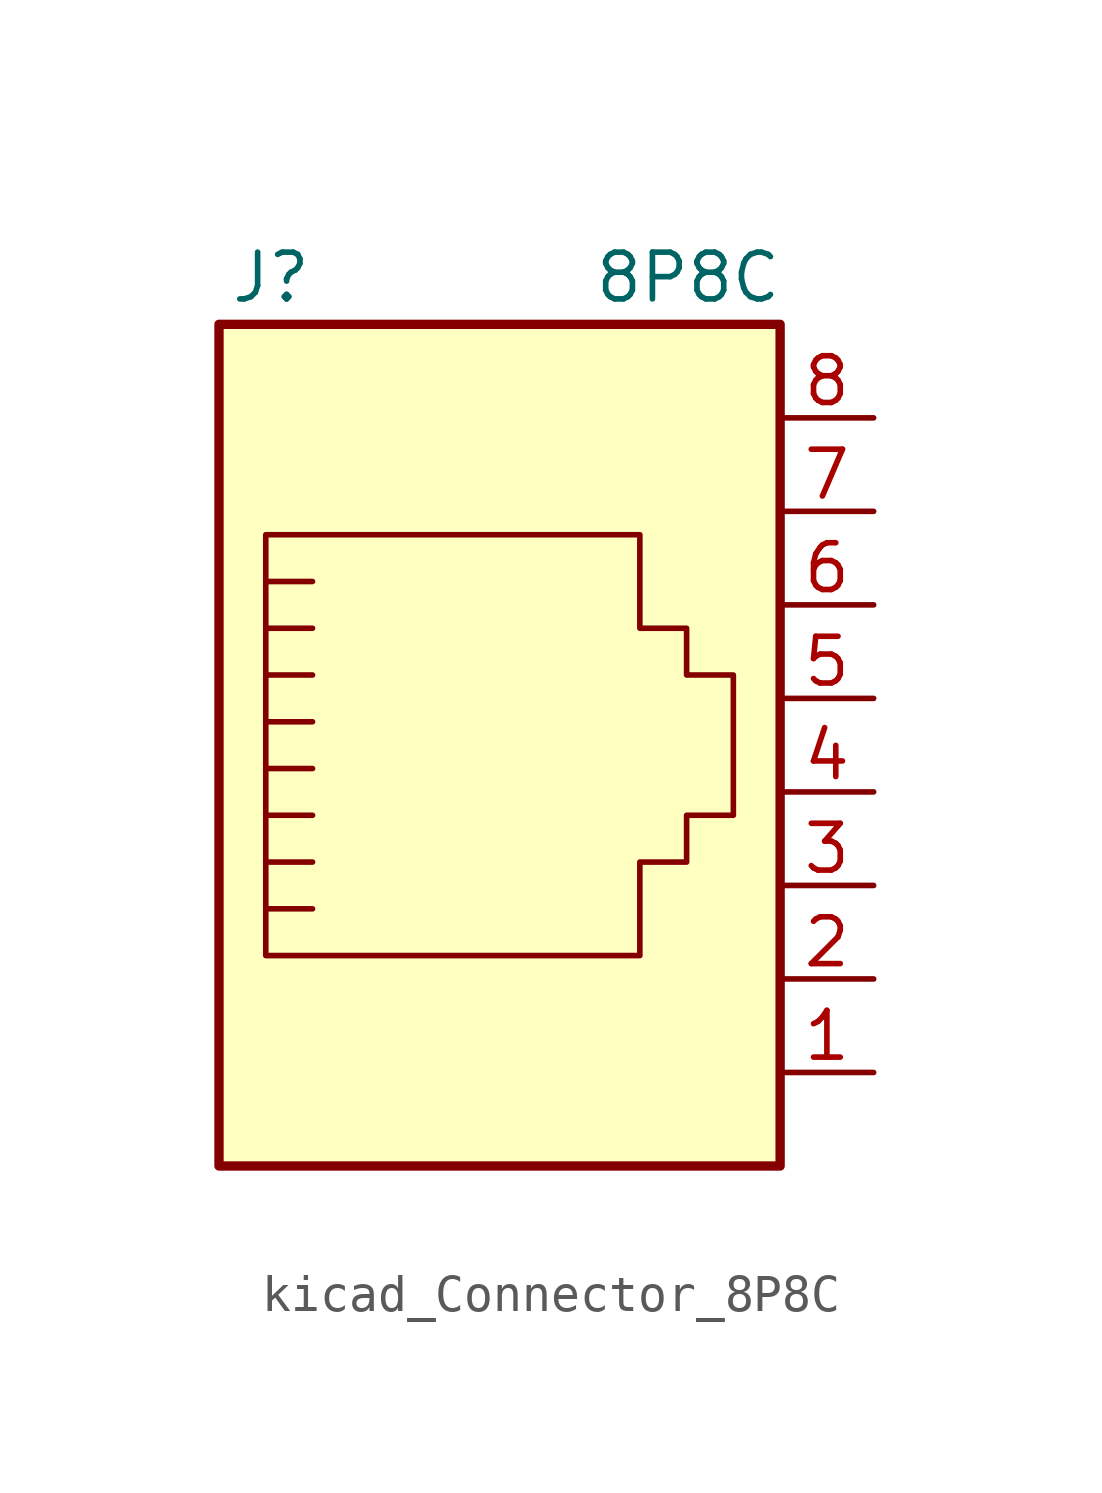
<source format=kicad_sym>
(kicad_symbol_lib
  (version 20220914)
  (generator kicad_symbol_editor)
  (symbol "kicad_Connector_8P8C"
    (pin_names
      (offset 1.016))
    (property "Reference" "J"
      (at -5.08 13.97 0)
      (effects (font (size 1.27 1.27)) (justify right)))
    (property "Value" "8P8C"
      (at 2.54 13.97 0)
      (effects (font (size 1.27 1.27)) (justify left)))
    (symbol "kicad_Connector_8P8C_0_1"
      (polyline (pts (xy -5.08 4.445) (xy -6.35 4.445)) (stroke (width 0) (type default)) (fill (type none)))
      (polyline (pts (xy -5.08 5.715) (xy -6.35 5.715)) (stroke (width 0) (type default)) (fill (type none)))
      (polyline (pts (xy -6.35 -3.175) (xy -5.08 -3.175) (xy -5.08 -3.175)) (stroke (width 0) (type default)) (fill (type none)))
      (polyline (pts (xy -6.35 -1.905) (xy -5.08 -1.905) (xy -5.08 -1.905)) (stroke (width 0) (type default)) (fill (type none)))
      (polyline (pts (xy -6.35 -0.635) (xy -5.08 -0.635) (xy -5.08 -0.635)) (stroke (width 0) (type default)) (fill (type none)))
      (polyline (pts (xy -6.35 0.635) (xy -5.08 0.635) (xy -5.08 0.635)) (stroke (width 0) (type default)) (fill (type none)))
      (polyline (pts (xy -6.35 1.905) (xy -5.08 1.905) (xy -5.08 1.905)) (stroke (width 0) (type default)) (fill (type none)))
      (polyline (pts (xy -5.08 3.175) (xy -6.35 3.175) (xy -6.35 3.175)) (stroke (width 0) (type default)) (fill (type none)))
      (polyline (pts (xy -6.35 -4.445) (xy -6.35 6.985) (xy 3.81 6.985) (xy 3.81 4.445) (xy 5.08 4.445) (xy 5.08 3.175) (xy 6.35 3.175) (xy 6.35 -0.635) (xy 5.08 -0.635) (xy 5.08 -1.905) (xy 3.81 -1.905) (xy 3.81 -4.445) (xy -6.35 -4.445) (xy -6.35 -4.445)) (stroke (width 0) (type default)) (fill (type none)))
      (rectangle (start 7.62 12.7) (end -7.62 -10.16) (stroke (width 0.254) (type default)) (fill (type background))))
    (symbol "kicad_Connector_8P8C_1_1"
      (pin passive line (at 10.16 -7.62 180) (length 2.54) (name "~" (effects (font (size 1.27 1.27)))) (number "1" (effects (font (size 1.27 1.27)))))
      (pin passive line (at 10.16 -5.08 180) (length 2.54) (name "~" (effects (font (size 1.27 1.27)))) (number "2" (effects (font (size 1.27 1.27)))))
      (pin passive line (at 10.16 -2.54 180) (length 2.54) (name "~" (effects (font (size 1.27 1.27)))) (number "3" (effects (font (size 1.27 1.27)))))
      (pin passive line (at 10.16 0 180) (length 2.54) (name "~" (effects (font (size 1.27 1.27)))) (number "4" (effects (font (size 1.27 1.27)))))
      (pin passive line (at 10.16 2.54 180) (length 2.54) (name "~" (effects (font (size 1.27 1.27)))) (number "5" (effects (font (size 1.27 1.27)))))
      (pin passive line (at 10.16 5.08 180) (length 2.54) (name "~" (effects (font (size 1.27 1.27)))) (number "6" (effects (font (size 1.27 1.27)))))
      (pin passive line (at 10.16 7.62 180) (length 2.54) (name "~" (effects (font (size 1.27 1.27)))) (number "7" (effects (font (size 1.27 1.27)))))
      (pin passive line (at 10.16 10.16 180) (length 2.54) (name "~" (effects (font (size 1.27 1.27)))) (number "8" (effects (font (size 1.27 1.27))))))))
</source>
